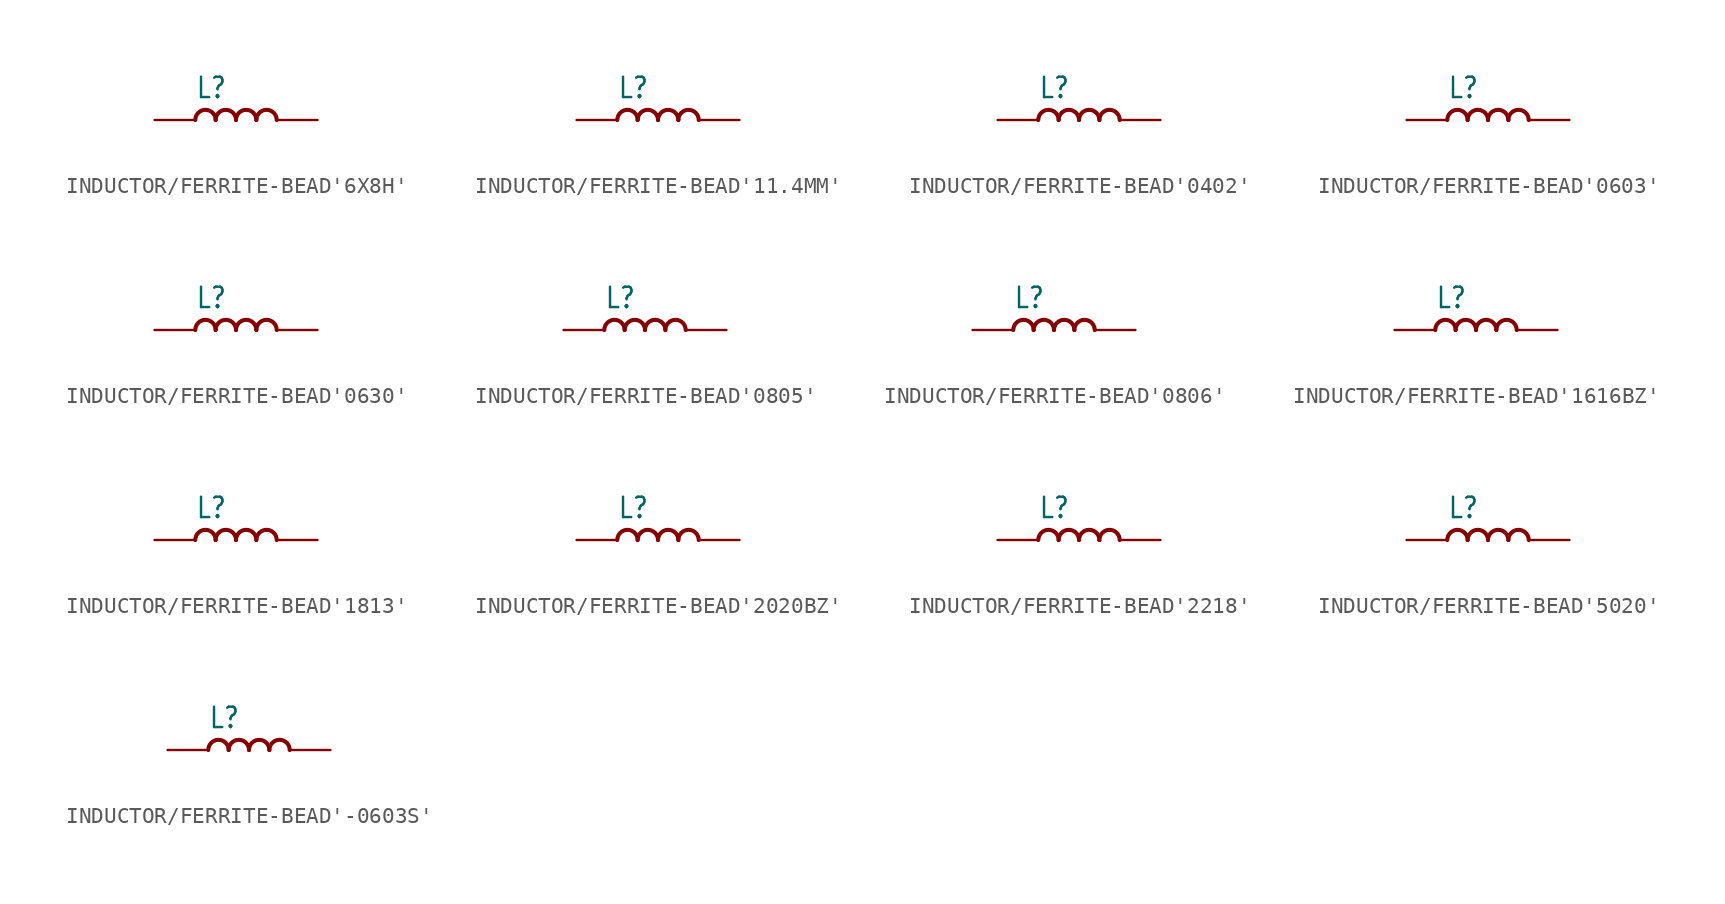
<source format=kicad_sym>
(kicad_symbol_lib
  (version 20231120)
  (generator "kicad_symbol_editor")
  (generator_version "8.0")
  (symbol "INDUCTOR/FERRITE-BEAD'6X8H'"
    (property "Reference" "L"
      (at -2.54 1.27 0)
      (effects (font (size 1.27 1.079)) (justify left bottom)))
    (property "Value" ""
      (at -2.54 -2.54 0)
      (effects (font (size 1.27 1.079)) (justify left bottom)))
    (property "ki_locked" ""
      (at 0 0 0)
      (effects (font (size 1.27 1.27))))
    (symbol "INDUCTOR/FERRITE-BEAD'6X8H'_1_0"
      (arc (start -1.27 0) (mid -1.905 0.635) (end -2.54 0) (stroke (width 0.254) (type solid)) (fill (type none)))
      (arc (start 0 0) (mid -0.635 0.635) (end -1.27 0) (stroke (width 0.254) (type solid)) (fill (type none)))
      (arc (start 1.27 0) (mid 0.635 0.635) (end 0 0) (stroke (width 0.254) (type solid)) (fill (type none)))
      (arc (start 2.54 0) (mid 1.905 0.635) (end 1.27 0) (stroke (width 0.254) (type solid)) (fill (type none)))
      (pin passive line (at -5.08 0 0) (length 2.54) (name "1" (effects (font (size 0 0)))) (number "1" (effects (font (size 0 0)))))
      (pin passive line (at 5.08 0 180) (length 2.54) (name "2" (effects (font (size 0 0)))) (number "2" (effects (font (size 0 0)))))))
  (symbol "INDUCTOR/FERRITE-BEAD'11.4MM'"
    (property "Reference" "L"
      (at -2.54 1.27 0)
      (effects (font (size 1.27 1.079)) (justify left bottom)))
    (property "Value" ""
      (at -2.54 -2.54 0)
      (effects (font (size 1.27 1.079)) (justify left bottom)))
    (property "ki_locked" ""
      (at 0 0 0)
      (effects (font (size 1.27 1.27))))
    (symbol "INDUCTOR/FERRITE-BEAD'11.4MM'_1_0"
      (arc (start -1.27 0) (mid -1.905 0.635) (end -2.54 0) (stroke (width 0.254) (type solid)) (fill (type none)))
      (arc (start 0 0) (mid -0.635 0.635) (end -1.27 0) (stroke (width 0.254) (type solid)) (fill (type none)))
      (arc (start 1.27 0) (mid 0.635 0.635) (end 0 0) (stroke (width 0.254) (type solid)) (fill (type none)))
      (arc (start 2.54 0) (mid 1.905 0.635) (end 1.27 0) (stroke (width 0.254) (type solid)) (fill (type none)))
      (pin passive line (at -5.08 0 0) (length 2.54) (name "1" (effects (font (size 0 0)))) (number "1" (effects (font (size 0 0)))))
      (pin passive line (at 5.08 0 180) (length 2.54) (name "2" (effects (font (size 0 0)))) (number "2" (effects (font (size 0 0)))))))
  (symbol "INDUCTOR/FERRITE-BEAD'0402'"
    (property "Reference" "L"
      (at -2.54 1.27 0)
      (effects (font (size 1.27 1.079)) (justify left bottom)))
    (property "Value" ""
      (at -2.54 -2.54 0)
      (effects (font (size 1.27 1.079)) (justify left bottom)))
    (property "ki_locked" ""
      (at 0 0 0)
      (effects (font (size 1.27 1.27))))
    (symbol "INDUCTOR/FERRITE-BEAD'0402'_1_0"
      (arc (start -1.27 0) (mid -1.905 0.635) (end -2.54 0) (stroke (width 0.254) (type solid)) (fill (type none)))
      (arc (start 0 0) (mid -0.635 0.635) (end -1.27 0) (stroke (width 0.254) (type solid)) (fill (type none)))
      (arc (start 1.27 0) (mid 0.635 0.635) (end 0 0) (stroke (width 0.254) (type solid)) (fill (type none)))
      (arc (start 2.54 0) (mid 1.905 0.635) (end 1.27 0) (stroke (width 0.254) (type solid)) (fill (type none)))
      (pin passive line (at -5.08 0 0) (length 2.54) (name "1" (effects (font (size 0 0)))) (number "1" (effects (font (size 0 0)))))
      (pin passive line (at 5.08 0 180) (length 2.54) (name "2" (effects (font (size 0 0)))) (number "2" (effects (font (size 0 0)))))))
  (symbol "INDUCTOR/FERRITE-BEAD'0603'"
    (property "Reference" "L"
      (at -2.54 1.27 0)
      (effects (font (size 1.27 1.079)) (justify left bottom)))
    (property "Value" ""
      (at -2.54 -2.54 0)
      (effects (font (size 1.27 1.079)) (justify left bottom)))
    (property "ki_locked" ""
      (at 0 0 0)
      (effects (font (size 1.27 1.27))))
    (symbol "INDUCTOR/FERRITE-BEAD'0603'_1_0"
      (arc (start -1.27 0) (mid -1.905 0.635) (end -2.54 0) (stroke (width 0.254) (type solid)) (fill (type none)))
      (arc (start 0 0) (mid -0.635 0.635) (end -1.27 0) (stroke (width 0.254) (type solid)) (fill (type none)))
      (arc (start 1.27 0) (mid 0.635 0.635) (end 0 0) (stroke (width 0.254) (type solid)) (fill (type none)))
      (arc (start 2.54 0) (mid 1.905 0.635) (end 1.27 0) (stroke (width 0.254) (type solid)) (fill (type none)))
      (pin passive line (at -5.08 0 0) (length 2.54) (name "1" (effects (font (size 0 0)))) (number "1" (effects (font (size 0 0)))))
      (pin passive line (at 5.08 0 180) (length 2.54) (name "2" (effects (font (size 0 0)))) (number "2" (effects (font (size 0 0)))))))
  (symbol "INDUCTOR/FERRITE-BEAD'0630'"
    (property "Reference" "L"
      (at -2.54 1.27 0)
      (effects (font (size 1.27 1.079)) (justify left bottom)))
    (property "Value" ""
      (at -2.54 -2.54 0)
      (effects (font (size 1.27 1.079)) (justify left bottom)))
    (property "ki_locked" ""
      (at 0 0 0)
      (effects (font (size 1.27 1.27))))
    (symbol "INDUCTOR/FERRITE-BEAD'0630'_1_0"
      (arc (start -1.27 0) (mid -1.905 0.635) (end -2.54 0) (stroke (width 0.254) (type solid)) (fill (type none)))
      (arc (start 0 0) (mid -0.635 0.635) (end -1.27 0) (stroke (width 0.254) (type solid)) (fill (type none)))
      (arc (start 1.27 0) (mid 0.635 0.635) (end 0 0) (stroke (width 0.254) (type solid)) (fill (type none)))
      (arc (start 2.54 0) (mid 1.905 0.635) (end 1.27 0) (stroke (width 0.254) (type solid)) (fill (type none)))
      (pin passive line (at -5.08 0 0) (length 2.54) (name "1" (effects (font (size 0 0)))) (number "1" (effects (font (size 0 0)))))
      (pin passive line (at 5.08 0 180) (length 2.54) (name "2" (effects (font (size 0 0)))) (number "2" (effects (font (size 0 0)))))))
  (symbol "INDUCTOR/FERRITE-BEAD'0805'"
    (property "Reference" "L"
      (at -2.54 1.27 0)
      (effects (font (size 1.27 1.079)) (justify left bottom)))
    (property "Value" ""
      (at -2.54 -2.54 0)
      (effects (font (size 1.27 1.079)) (justify left bottom)))
    (property "ki_locked" ""
      (at 0 0 0)
      (effects (font (size 1.27 1.27))))
    (symbol "INDUCTOR/FERRITE-BEAD'0805'_1_0"
      (arc (start -1.27 0) (mid -1.905 0.635) (end -2.54 0) (stroke (width 0.254) (type solid)) (fill (type none)))
      (arc (start 0 0) (mid -0.635 0.635) (end -1.27 0) (stroke (width 0.254) (type solid)) (fill (type none)))
      (arc (start 1.27 0) (mid 0.635 0.635) (end 0 0) (stroke (width 0.254) (type solid)) (fill (type none)))
      (arc (start 2.54 0) (mid 1.905 0.635) (end 1.27 0) (stroke (width 0.254) (type solid)) (fill (type none)))
      (pin passive line (at -5.08 0 0) (length 2.54) (name "1" (effects (font (size 0 0)))) (number "1" (effects (font (size 0 0)))))
      (pin passive line (at 5.08 0 180) (length 2.54) (name "2" (effects (font (size 0 0)))) (number "2" (effects (font (size 0 0)))))))
  (symbol "INDUCTOR/FERRITE-BEAD'0806'"
    (property "Reference" "L"
      (at -2.54 1.27 0)
      (effects (font (size 1.27 1.079)) (justify left bottom)))
    (property "Value" ""
      (at -2.54 -2.54 0)
      (effects (font (size 1.27 1.079)) (justify left bottom)))
    (property "ki_locked" ""
      (at 0 0 0)
      (effects (font (size 1.27 1.27))))
    (symbol "INDUCTOR/FERRITE-BEAD'0806'_1_0"
      (arc (start -1.27 0) (mid -1.905 0.635) (end -2.54 0) (stroke (width 0.254) (type solid)) (fill (type none)))
      (arc (start 0 0) (mid -0.635 0.635) (end -1.27 0) (stroke (width 0.254) (type solid)) (fill (type none)))
      (arc (start 1.27 0) (mid 0.635 0.635) (end 0 0) (stroke (width 0.254) (type solid)) (fill (type none)))
      (arc (start 2.54 0) (mid 1.905 0.635) (end 1.27 0) (stroke (width 0.254) (type solid)) (fill (type none)))
      (pin passive line (at -5.08 0 0) (length 2.54) (name "1" (effects (font (size 0 0)))) (number "1" (effects (font (size 0 0)))))
      (pin passive line (at 5.08 0 180) (length 2.54) (name "2" (effects (font (size 0 0)))) (number "2" (effects (font (size 0 0)))))))
  (symbol "INDUCTOR/FERRITE-BEAD'1616BZ'"
    (property "Reference" "L"
      (at -2.54 1.27 0)
      (effects (font (size 1.27 1.079)) (justify left bottom)))
    (property "Value" ""
      (at -2.54 -2.54 0)
      (effects (font (size 1.27 1.079)) (justify left bottom)))
    (property "ki_locked" ""
      (at 0 0 0)
      (effects (font (size 1.27 1.27))))
    (symbol "INDUCTOR/FERRITE-BEAD'1616BZ'_1_0"
      (arc (start -1.27 0) (mid -1.905 0.635) (end -2.54 0) (stroke (width 0.254) (type solid)) (fill (type none)))
      (arc (start 0 0) (mid -0.635 0.635) (end -1.27 0) (stroke (width 0.254) (type solid)) (fill (type none)))
      (arc (start 1.27 0) (mid 0.635 0.635) (end 0 0) (stroke (width 0.254) (type solid)) (fill (type none)))
      (arc (start 2.54 0) (mid 1.905 0.635) (end 1.27 0) (stroke (width 0.254) (type solid)) (fill (type none)))
      (pin passive line (at -5.08 0 0) (length 2.54) (name "1" (effects (font (size 0 0)))) (number "1" (effects (font (size 0 0)))))
      (pin passive line (at 5.08 0 180) (length 2.54) (name "2" (effects (font (size 0 0)))) (number "2" (effects (font (size 0 0)))))))
  (symbol "INDUCTOR/FERRITE-BEAD'1813'"
    (property "Reference" "L"
      (at -2.54 1.27 0)
      (effects (font (size 1.27 1.079)) (justify left bottom)))
    (property "Value" ""
      (at -2.54 -2.54 0)
      (effects (font (size 1.27 1.079)) (justify left bottom)))
    (property "ki_locked" ""
      (at 0 0 0)
      (effects (font (size 1.27 1.27))))
    (symbol "INDUCTOR/FERRITE-BEAD'1813'_1_0"
      (arc (start -1.27 0) (mid -1.905 0.635) (end -2.54 0) (stroke (width 0.254) (type solid)) (fill (type none)))
      (arc (start 0 0) (mid -0.635 0.635) (end -1.27 0) (stroke (width 0.254) (type solid)) (fill (type none)))
      (arc (start 1.27 0) (mid 0.635 0.635) (end 0 0) (stroke (width 0.254) (type solid)) (fill (type none)))
      (arc (start 2.54 0) (mid 1.905 0.635) (end 1.27 0) (stroke (width 0.254) (type solid)) (fill (type none)))
      (pin passive line (at -5.08 0 0) (length 2.54) (name "1" (effects (font (size 0 0)))) (number "1" (effects (font (size 0 0)))))
      (pin passive line (at 5.08 0 180) (length 2.54) (name "2" (effects (font (size 0 0)))) (number "2" (effects (font (size 0 0)))))))
  (symbol "INDUCTOR/FERRITE-BEAD'2020BZ'"
    (property "Reference" "L"
      (at -2.54 1.27 0)
      (effects (font (size 1.27 1.079)) (justify left bottom)))
    (property "Value" ""
      (at -2.54 -2.54 0)
      (effects (font (size 1.27 1.079)) (justify left bottom)))
    (property "ki_locked" ""
      (at 0 0 0)
      (effects (font (size 1.27 1.27))))
    (symbol "INDUCTOR/FERRITE-BEAD'2020BZ'_1_0"
      (arc (start -1.27 0) (mid -1.905 0.635) (end -2.54 0) (stroke (width 0.254) (type solid)) (fill (type none)))
      (arc (start 0 0) (mid -0.635 0.635) (end -1.27 0) (stroke (width 0.254) (type solid)) (fill (type none)))
      (arc (start 1.27 0) (mid 0.635 0.635) (end 0 0) (stroke (width 0.254) (type solid)) (fill (type none)))
      (arc (start 2.54 0) (mid 1.905 0.635) (end 1.27 0) (stroke (width 0.254) (type solid)) (fill (type none)))
      (pin passive line (at -5.08 0 0) (length 2.54) (name "1" (effects (font (size 0 0)))) (number "1" (effects (font (size 0 0)))))
      (pin passive line (at 5.08 0 180) (length 2.54) (name "2" (effects (font (size 0 0)))) (number "2" (effects (font (size 0 0)))))))
  (symbol "INDUCTOR/FERRITE-BEAD'2218'"
    (property "Reference" "L"
      (at -2.54 1.27 0)
      (effects (font (size 1.27 1.079)) (justify left bottom)))
    (property "Value" ""
      (at -2.54 -2.54 0)
      (effects (font (size 1.27 1.079)) (justify left bottom)))
    (property "ki_locked" ""
      (at 0 0 0)
      (effects (font (size 1.27 1.27))))
    (symbol "INDUCTOR/FERRITE-BEAD'2218'_1_0"
      (arc (start -1.27 0) (mid -1.905 0.635) (end -2.54 0) (stroke (width 0.254) (type solid)) (fill (type none)))
      (arc (start 0 0) (mid -0.635 0.635) (end -1.27 0) (stroke (width 0.254) (type solid)) (fill (type none)))
      (arc (start 1.27 0) (mid 0.635 0.635) (end 0 0) (stroke (width 0.254) (type solid)) (fill (type none)))
      (arc (start 2.54 0) (mid 1.905 0.635) (end 1.27 0) (stroke (width 0.254) (type solid)) (fill (type none)))
      (pin passive line (at -5.08 0 0) (length 2.54) (name "1" (effects (font (size 0 0)))) (number "P$1" (effects (font (size 0 0)))))
      (pin passive line (at 5.08 0 180) (length 2.54) (name "2" (effects (font (size 0 0)))) (number "P$2" (effects (font (size 0 0)))))))
  (symbol "INDUCTOR/FERRITE-BEAD'5020'"
    (property "Reference" "L"
      (at -2.54 1.27 0)
      (effects (font (size 1.27 1.079)) (justify left bottom)))
    (property "Value" ""
      (at -2.54 -2.54 0)
      (effects (font (size 1.27 1.079)) (justify left bottom)))
    (property "ki_locked" ""
      (at 0 0 0)
      (effects (font (size 1.27 1.27))))
    (symbol "INDUCTOR/FERRITE-BEAD'5020'_1_0"
      (arc (start -1.27 0) (mid -1.905 0.635) (end -2.54 0) (stroke (width 0.254) (type solid)) (fill (type none)))
      (arc (start 0 0) (mid -0.635 0.635) (end -1.27 0) (stroke (width 0.254) (type solid)) (fill (type none)))
      (arc (start 1.27 0) (mid 0.635 0.635) (end 0 0) (stroke (width 0.254) (type solid)) (fill (type none)))
      (arc (start 2.54 0) (mid 1.905 0.635) (end 1.27 0) (stroke (width 0.254) (type solid)) (fill (type none)))
      (pin passive line (at -5.08 0 0) (length 2.54) (name "1" (effects (font (size 0 0)))) (number "1" (effects (font (size 0 0)))))
      (pin passive line (at 5.08 0 180) (length 2.54) (name "2" (effects (font (size 0 0)))) (number "2" (effects (font (size 0 0)))))))
  (symbol "INDUCTOR/FERRITE-BEAD'-0603S'"
    (property "Reference" "L"
      (at -2.54 1.27 0)
      (effects (font (size 1.27 1.079)) (justify left bottom)))
    (property "Value" ""
      (at -2.54 -2.54 0)
      (effects (font (size 1.27 1.079)) (justify left bottom)))
    (property "ki_locked" ""
      (at 0 0 0)
      (effects (font (size 1.27 1.27))))
    (symbol "INDUCTOR/FERRITE-BEAD'-0603S'_1_0"
      (arc (start -1.27 0) (mid -1.905 0.635) (end -2.54 0) (stroke (width 0.254) (type solid)) (fill (type none)))
      (arc (start 0 0) (mid -0.635 0.635) (end -1.27 0) (stroke (width 0.254) (type solid)) (fill (type none)))
      (arc (start 1.27 0) (mid 0.635 0.635) (end 0 0) (stroke (width 0.254) (type solid)) (fill (type none)))
      (arc (start 2.54 0) (mid 1.905 0.635) (end 1.27 0) (stroke (width 0.254) (type solid)) (fill (type none)))
      (pin passive line (at -5.08 0 0) (length 2.54) (name "1" (effects (font (size 0 0)))) (number "1" (effects (font (size 0 0)))))
      (pin passive line (at 5.08 0 180) (length 2.54) (name "2" (effects (font (size 0 0)))) (number "2" (effects (font (size 0 0))))))))
</source>
